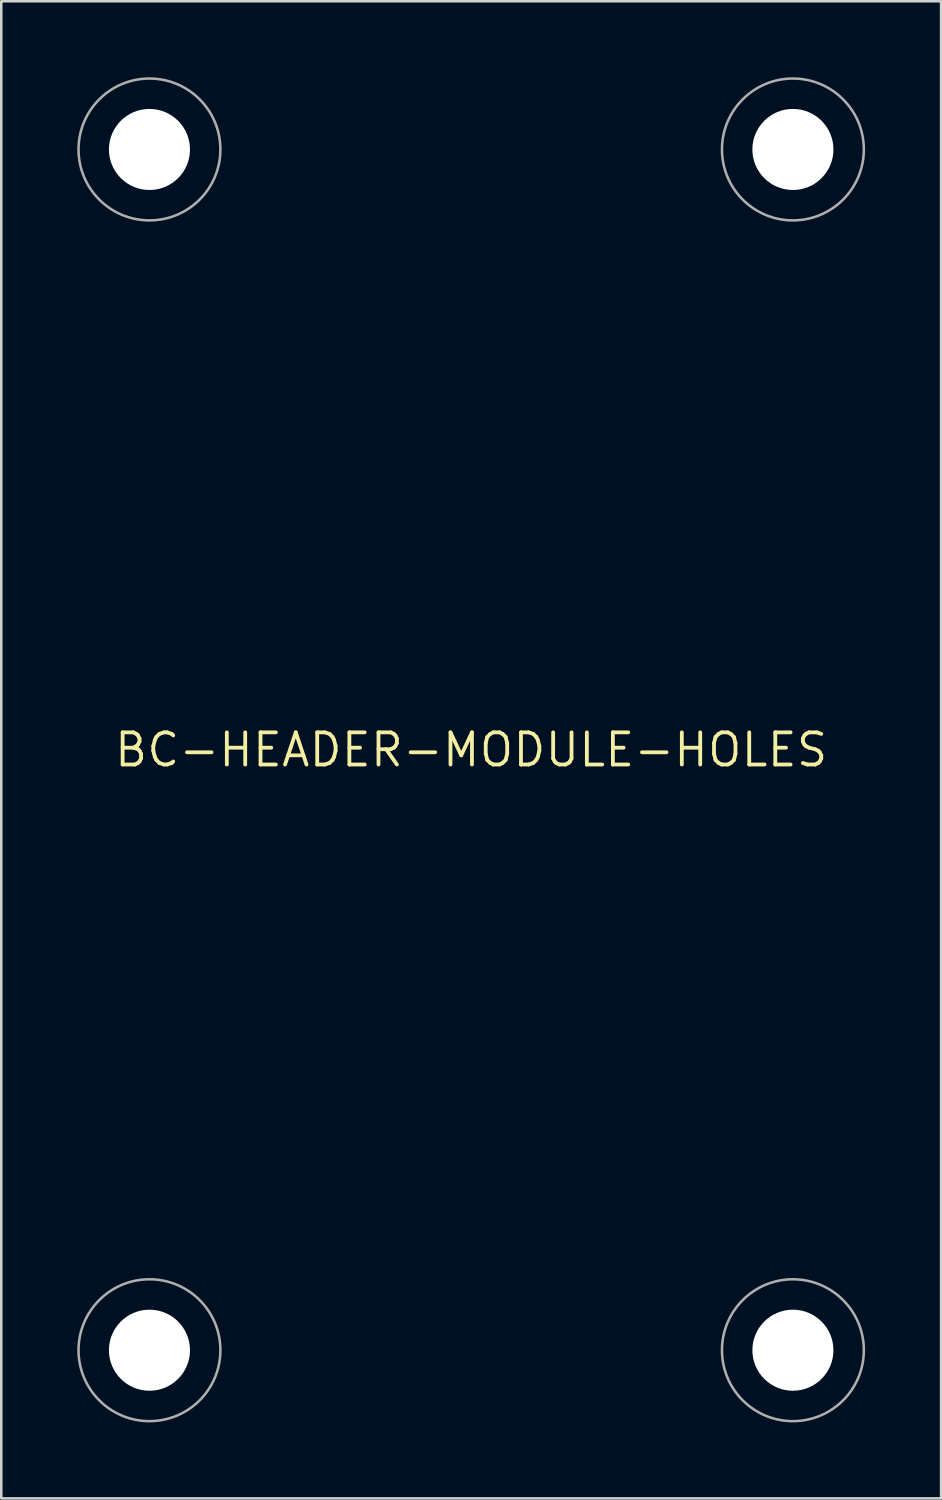
<source format=kicad_pcb>
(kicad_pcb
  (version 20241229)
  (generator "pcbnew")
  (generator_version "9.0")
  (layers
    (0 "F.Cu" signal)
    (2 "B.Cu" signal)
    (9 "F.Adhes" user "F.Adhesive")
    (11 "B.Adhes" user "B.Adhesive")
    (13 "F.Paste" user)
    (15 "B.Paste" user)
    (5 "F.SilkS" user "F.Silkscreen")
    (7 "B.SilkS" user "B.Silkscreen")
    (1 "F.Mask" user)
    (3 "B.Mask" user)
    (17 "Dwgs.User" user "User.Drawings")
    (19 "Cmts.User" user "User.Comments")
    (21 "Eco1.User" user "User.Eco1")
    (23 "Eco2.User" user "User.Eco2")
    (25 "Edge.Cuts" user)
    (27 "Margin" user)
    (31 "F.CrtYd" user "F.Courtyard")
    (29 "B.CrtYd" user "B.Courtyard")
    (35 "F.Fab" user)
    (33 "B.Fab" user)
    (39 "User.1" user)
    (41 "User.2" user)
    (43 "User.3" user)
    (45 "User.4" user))
  (footprint "BC-HEADER-MODULE-HOLES"
    (layer "F.Cu")
    (at 15.55 26.55)
    (property "Reference" "BC-HEADER-MODULE-HOLES" (at 0 0 0) (unlocked yes) (layer "F.SilkS") (effects (font (size 1.27 1.27) (thickness 0.15))))
    (fp_circle (center -12.7 -23.7) (end -9.9 -23.7) (stroke (width 0.1) (type solid)) (fill no) (layer "F.Fab"))
    (fp_circle (center -12.7 23.7) (end -9.9 23.7) (stroke (width 0.1) (type solid)) (fill no) (layer "F.Fab"))
    (fp_circle (center 12.7 -23.7) (end 15.5 -23.7) (stroke (width 0.1) (type solid)) (fill no) (layer "F.Fab"))
    (fp_circle (center 12.7 23.7) (end 15.5 23.7) (stroke (width 0.1) (type solid)) (fill no) (layer "F.Fab"))
    (pad "" np_thru_hole circle (at -12.7 -23.7) (size 3.2 3.2) (drill 3.2) (layers "*.Cu" "*.Mask"))
    (pad "" np_thru_hole circle (at -12.7 23.7) (size 3.2 3.2) (drill 3.2) (layers "*.Cu" "*.Mask"))
    (pad "" np_thru_hole circle (at 12.7 -23.7) (size 3.2 3.2) (drill 3.2) (layers "*.Cu" "*.Mask"))
    (pad "" np_thru_hole circle (at 12.7 23.7) (size 3.2 3.2) (drill 3.2) (layers "*.Cu" "*.Mask")))
  (gr_rect
    (start -3 -3)
    (end 34.1 56.1)
    (stroke (width 0.1) (type default))
    (fill no)
    (layer "Edge.Cuts")))
</source>
